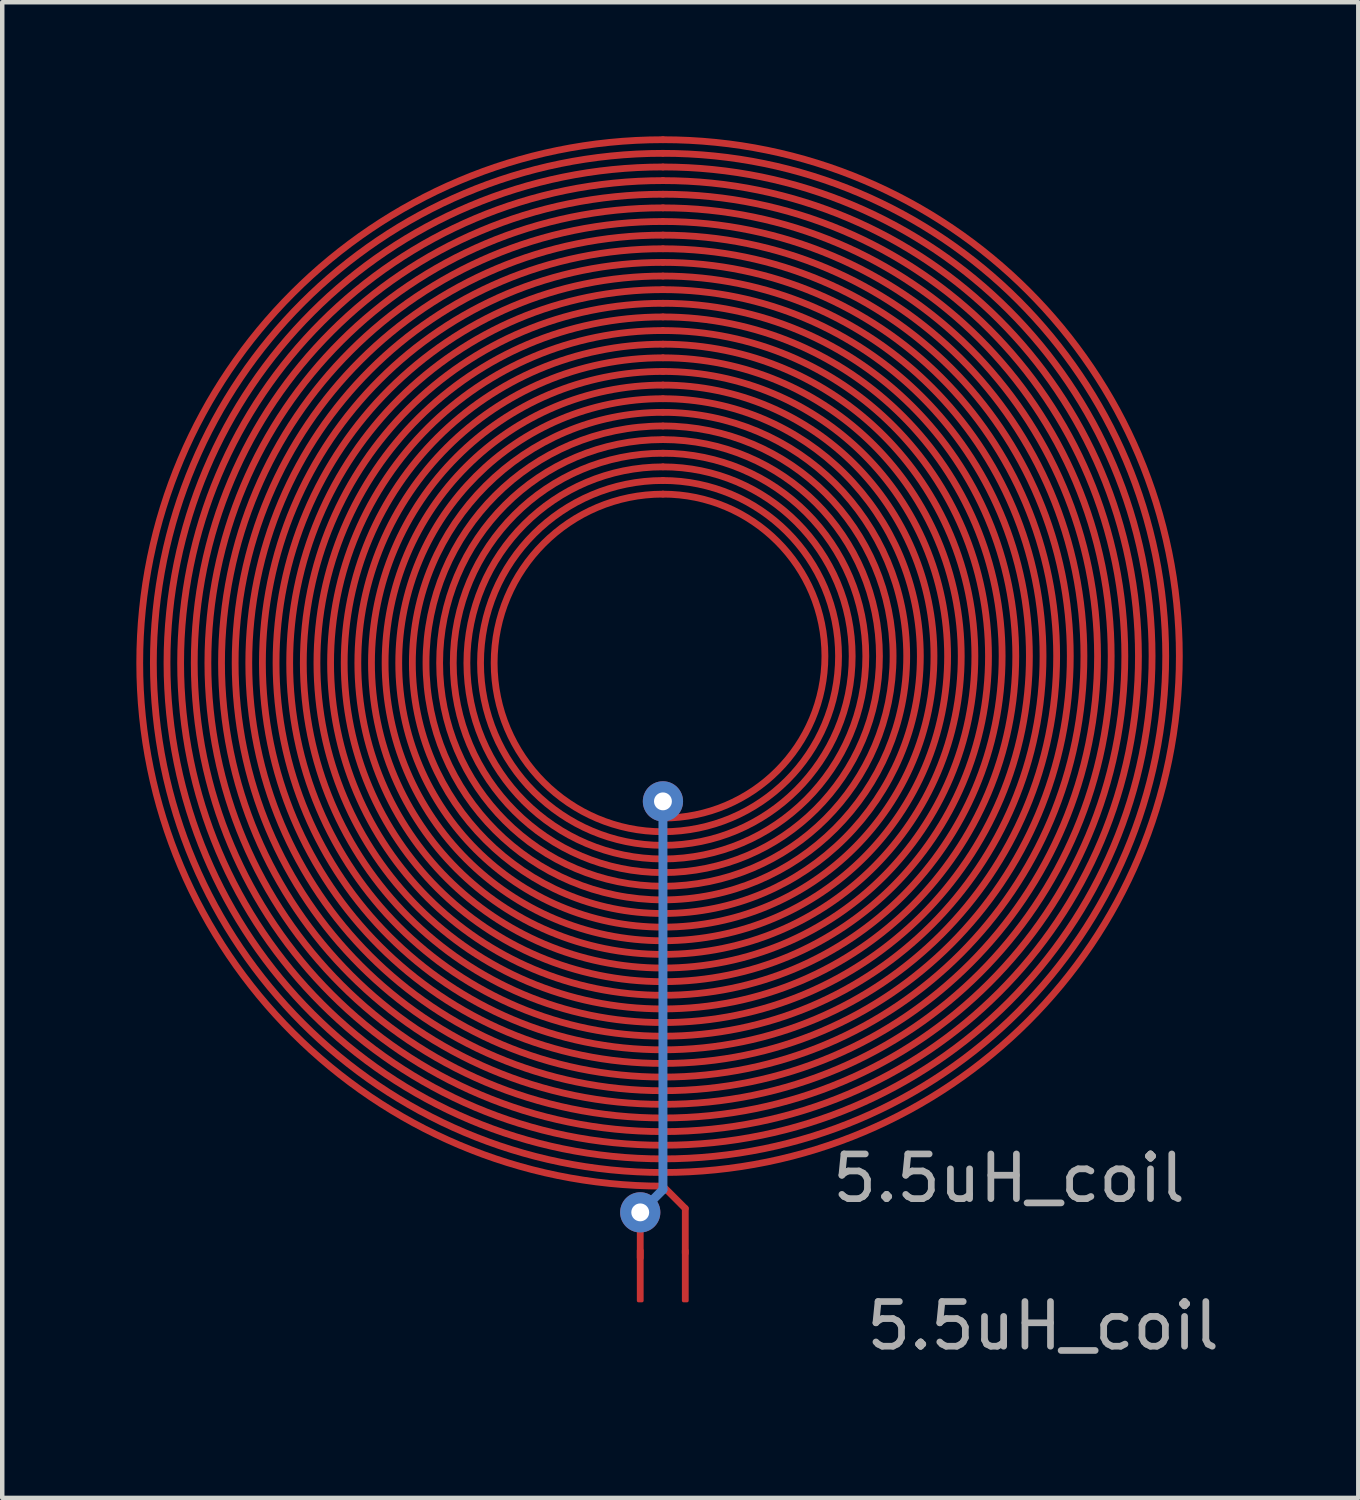
<source format=kicad_pcb>
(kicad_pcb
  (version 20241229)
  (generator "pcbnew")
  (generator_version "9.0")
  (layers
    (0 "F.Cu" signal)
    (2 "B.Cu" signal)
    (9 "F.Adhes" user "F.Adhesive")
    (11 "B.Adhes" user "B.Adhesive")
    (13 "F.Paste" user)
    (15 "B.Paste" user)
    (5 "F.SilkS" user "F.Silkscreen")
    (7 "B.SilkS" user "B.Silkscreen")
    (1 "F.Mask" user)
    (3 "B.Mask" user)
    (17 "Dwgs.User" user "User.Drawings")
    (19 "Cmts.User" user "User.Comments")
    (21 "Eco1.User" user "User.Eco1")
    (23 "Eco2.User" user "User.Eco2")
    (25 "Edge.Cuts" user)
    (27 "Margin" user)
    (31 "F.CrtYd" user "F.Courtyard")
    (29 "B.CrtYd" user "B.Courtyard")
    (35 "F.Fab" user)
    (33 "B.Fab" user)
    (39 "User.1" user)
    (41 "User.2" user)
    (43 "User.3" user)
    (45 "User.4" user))
  (footprint "5.5uH_coil"
    (layer "F.Cu")
    (at 11.397 11.63)
    (property "Reference" "5.5uH_coil" (at 8.128 11.684 0) (unlocked yes) (layer "F.Fab") (effects (font (size 1 1) (thickness 0.15))))
    (attr smd)
    (fp_line (start -0.122 12.446) (end -0.122 13.462) (stroke (width 0.152) (type default)) (layer "F.Cu"))
    (fp_line (start 0.386 11.859) (end 0.886 12.359) (stroke (width 0.152) (type solid)) (layer "F.Cu"))
    (fp_line (start 0.886 12.359) (end 0.886 13.359) (stroke (width 0.152) (type solid)) (layer "F.Cu"))
    (fp_arc (start 0.386 -11.554) (mid 11.94 0) (end 0.386 11.554) (stroke (width 0.152) (type solid)) (layer "F.Cu"))
    (fp_arc (start 0.386 -11.249) (mid 11.635 0) (end 0.386 11.249) (stroke (width 0.152) (type solid)) (layer "F.Cu"))
    (fp_arc (start 0.386 -10.944) (mid 11.33 0) (end 0.386 10.944) (stroke (width 0.152) (type solid)) (layer "F.Cu"))
    (fp_arc (start 0.386 -10.639) (mid 11.025 0) (end 0.386 10.639) (stroke (width 0.152) (type solid)) (layer "F.Cu"))
    (fp_arc (start 0.386 -10.334) (mid 10.72 0) (end 0.386 10.334) (stroke (width 0.152) (type solid)) (layer "F.Cu"))
    (fp_arc (start 0.386 -10.029) (mid 10.415 0) (end 0.386 10.029) (stroke (width 0.152) (type solid)) (layer "F.Cu"))
    (fp_arc (start 0.386 -9.724) (mid 10.11 0) (end 0.386 9.724) (stroke (width 0.152) (type solid)) (layer "F.Cu"))
    (fp_arc (start 0.386 -9.419) (mid 9.805 0) (end 0.386 9.419) (stroke (width 0.152) (type solid)) (layer "F.Cu"))
    (fp_arc (start 0.386 -9.114) (mid 9.5 0) (end 0.386 9.114) (stroke (width 0.152) (type solid)) (layer "F.Cu"))
    (fp_arc (start 0.386 -8.809) (mid 9.195 0) (end 0.386 8.809) (stroke (width 0.152) (type solid)) (layer "F.Cu"))
    (fp_arc (start 0.386 -8.504) (mid 8.89 0) (end 0.386 8.504) (stroke (width 0.152) (type solid)) (layer "F.Cu"))
    (fp_arc (start 0.386 -8.199) (mid 8.585 0) (end 0.386 8.199) (stroke (width 0.152) (type solid)) (layer "F.Cu"))
    (fp_arc (start 0.386 -7.894) (mid 8.28 0) (end 0.386 7.894) (stroke (width 0.152) (type solid)) (layer "F.Cu"))
    (fp_arc (start 0.386 -7.589) (mid 7.975 0) (end 0.386 7.589) (stroke (width 0.152) (type solid)) (layer "F.Cu"))
    (fp_arc (start 0.386 -7.284) (mid 7.67 0) (end 0.386 7.284) (stroke (width 0.152) (type solid)) (layer "F.Cu"))
    (fp_arc (start 0.386 -6.979) (mid 7.365 0) (end 0.386 6.979) (stroke (width 0.152) (type solid)) (layer "F.Cu"))
    (fp_arc (start 0.386 -6.674) (mid 7.06 0) (end 0.386 6.674) (stroke (width 0.152) (type solid)) (layer "F.Cu"))
    (fp_arc (start 0.386 -6.369) (mid 6.755 0) (end 0.386 6.369) (stroke (width 0.152) (type solid)) (layer "F.Cu"))
    (fp_arc (start 0.386 -6.064) (mid 6.45 0) (end 0.386 6.064) (stroke (width 0.152) (type solid)) (layer "F.Cu"))
    (fp_arc (start 0.386 -5.759) (mid 6.145 0) (end 0.386 5.759) (stroke (width 0.152) (type solid)) (layer "F.Cu"))
    (fp_arc (start 0.386 -5.454) (mid 5.84 0) (end 0.386 5.454) (stroke (width 0.152) (type solid)) (layer "F.Cu"))
    (fp_arc (start 0.386 -5.149) (mid 5.535 0) (end 0.386 5.149) (stroke (width 0.152) (type solid)) (layer "F.Cu"))
    (fp_arc (start 0.386 -4.844) (mid 5.23 0) (end 0.386 4.844) (stroke (width 0.152) (type solid)) (layer "F.Cu"))
    (fp_arc (start 0.386 -4.539) (mid 4.925 0) (end 0.386 4.539) (stroke (width 0.152) (type solid)) (layer "F.Cu"))
    (fp_arc (start 0.386 -4.234) (mid 4.62 0) (end 0.386 4.234) (stroke (width 0.152) (type solid)) (layer "F.Cu"))
    (fp_arc (start 0.386 -3.929) (mid 4.315 0) (end 0.386 3.929) (stroke (width 0.152) (type solid)) (layer "F.Cu"))
    (fp_arc (start 0.386 -3.624) (mid 4.01 0) (end 0.386 3.624) (stroke (width 0.152) (type solid)) (layer "F.Cu"))
    (fp_arc (start 0.386 3.929) (mid -3.39308 0.1525) (end 0.386 -3.624) (stroke (width 0.152) (type solid)) (layer "F.Cu"))
    (fp_arc (start 0.386 4.234) (mid -3.69785 0.1525) (end 0.386 -3.929) (stroke (width 0.152) (type solid)) (layer "F.Cu"))
    (fp_arc (start 0.386 4.539) (mid -4.002652 0.1525) (end 0.386 -4.234) (stroke (width 0.152) (type solid)) (layer "F.Cu"))
    (fp_arc (start 0.386 4.844) (mid -4.307479 0.1525) (end 0.386 -4.539) (stroke (width 0.152) (type solid)) (layer "F.Cu"))
    (fp_arc (start 0.386 5.149) (mid -4.612327 0.1525) (end 0.386 -4.844) (stroke (width 0.152) (type solid)) (layer "F.Cu"))
    (fp_arc (start 0.386 5.454) (mid -4.917194 0.1525) (end 0.386 -5.149) (stroke (width 0.152) (type solid)) (layer "F.Cu"))
    (fp_arc (start 0.386 5.759) (mid -5.222074 0.1525) (end 0.386 -5.454) (stroke (width 0.152) (type solid)) (layer "F.Cu"))
    (fp_arc (start 0.386 6.064) (mid -5.526967 0.1525) (end 0.386 -5.759) (stroke (width 0.152) (type solid)) (layer "F.Cu"))
    (fp_arc (start 0.386 6.369) (mid -5.831871 0.1525) (end 0.386 -6.064) (stroke (width 0.152) (type solid)) (layer "F.Cu"))
    (fp_arc (start 0.386 6.674) (mid -6.136783 0.1525) (end 0.386 -6.369) (stroke (width 0.152) (type solid)) (layer "F.Cu"))
    (fp_arc (start 0.386 6.979) (mid -6.441703 0.1525) (end 0.386 -6.674) (stroke (width 0.152) (type solid)) (layer "F.Cu"))
    (fp_arc (start 0.386 7.284) (mid -6.746631 0.1525) (end 0.386 -6.979) (stroke (width 0.152) (type solid)) (layer "F.Cu"))
    (fp_arc (start 0.386 7.589) (mid -7.051564 0.1525) (end 0.386 -7.284) (stroke (width 0.152) (type solid)) (layer "F.Cu"))
    (fp_arc (start 0.386 7.894) (mid -7.356502 0.1525) (end 0.386 -7.589) (stroke (width 0.152) (type solid)) (layer "F.Cu"))
    (fp_arc (start 0.386 8.199) (mid -7.661445 0.1525) (end 0.386 -7.894) (stroke (width 0.152) (type solid)) (layer "F.Cu"))
    (fp_arc (start 0.386 8.504) (mid -7.966392 0.1525) (end 0.386 -8.199) (stroke (width 0.152) (type solid)) (layer "F.Cu"))
    (fp_arc (start 0.386 8.809) (mid -8.271343 0.1525) (end 0.386 -8.504) (stroke (width 0.152) (type solid)) (layer "F.Cu"))
    (fp_arc (start 0.386 9.114) (mid -8.576298 0.1525) (end 0.386 -8.809) (stroke (width 0.152) (type solid)) (layer "F.Cu"))
    (fp_arc (start 0.386 9.419) (mid -8.881255 0.1525) (end 0.386 -9.114) (stroke (width 0.152) (type solid)) (layer "F.Cu"))
    (fp_arc (start 0.386 9.724) (mid -9.186215 0.1525) (end 0.386 -9.419) (stroke (width 0.152) (type solid)) (layer "F.Cu"))
    (fp_arc (start 0.386 10.029) (mid -9.491177 0.1525) (end 0.386 -9.724) (stroke (width 0.152) (type solid)) (layer "F.Cu"))
    (fp_arc (start 0.386 10.334) (mid -9.796142 0.1525) (end 0.386 -10.029) (stroke (width 0.152) (type solid)) (layer "F.Cu"))
    (fp_arc (start 0.386 10.639) (mid -10.101109 0.1525) (end 0.386 -10.334) (stroke (width 0.152) (type solid)) (layer "F.Cu"))
    (fp_arc (start 0.386 10.944) (mid -10.406078 0.1525) (end 0.386 -10.639) (stroke (width 0.152) (type solid)) (layer "F.Cu"))
    (fp_arc (start 0.386 11.249) (mid -10.711048 0.1525) (end 0.386 -10.944) (stroke (width 0.152) (type solid)) (layer "F.Cu"))
    (fp_arc (start 0.386 11.554) (mid -11.01602 0.1525) (end 0.386 -11.249) (stroke (width 0.152) (type solid)) (layer "F.Cu"))
    (fp_arc (start 0.386 11.859) (mid -11.320993 0.1525) (end 0.386 -11.554) (stroke (width 0.152) (type solid)) (layer "F.Cu"))
    (fp_line (start 0.386 3.25) (end 0.386 11.938) (stroke (width 0.2) (type default)) (layer "B.Cu"))
    (fp_line (start 0.386 11.938) (end -0.122 12.446) (stroke (width 0.2) (type default)) (layer "B.Cu"))
    (fp_text user "${REFERENCE}" (at 8.89 14.986 0) (unlocked yes) (layer "F.Fab") (effects (font (size 1 1) (thickness 0.15))))
    (pad "" thru_hole circle (at -0.122 12.446 270) (size 0.9 0.9) (drill 0.4) (layers "*.Cu"))
    (pad "" thru_hole circle (at 0.386 3.25 270) (size 0.9 0.9) (drill 0.4) (layers "*.Cu"))
    (pad "1" smd roundrect (at 0.886 13.859 270) (size 1.2 0.152) (layers "F.Cu") (roundrect_rratio 0.25))
    (pad "2" smd roundrect (at -0.122 13.859 270) (size 1.2 0.152) (layers "F.Cu") (roundrect_rratio 0.25)))
  (gr_rect
    (start -3 -3)
    (end 27.341 30.464)
    (stroke (width 0.1) (type default))
    (fill no)
    (layer "Edge.Cuts")))
</source>
